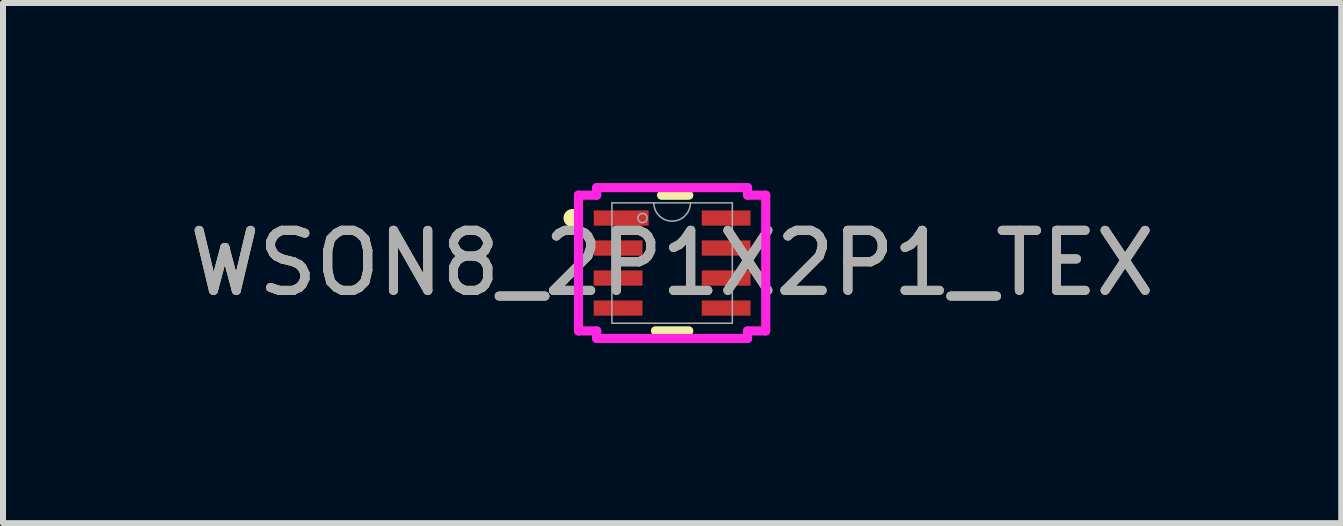
<source format=kicad_pcb>
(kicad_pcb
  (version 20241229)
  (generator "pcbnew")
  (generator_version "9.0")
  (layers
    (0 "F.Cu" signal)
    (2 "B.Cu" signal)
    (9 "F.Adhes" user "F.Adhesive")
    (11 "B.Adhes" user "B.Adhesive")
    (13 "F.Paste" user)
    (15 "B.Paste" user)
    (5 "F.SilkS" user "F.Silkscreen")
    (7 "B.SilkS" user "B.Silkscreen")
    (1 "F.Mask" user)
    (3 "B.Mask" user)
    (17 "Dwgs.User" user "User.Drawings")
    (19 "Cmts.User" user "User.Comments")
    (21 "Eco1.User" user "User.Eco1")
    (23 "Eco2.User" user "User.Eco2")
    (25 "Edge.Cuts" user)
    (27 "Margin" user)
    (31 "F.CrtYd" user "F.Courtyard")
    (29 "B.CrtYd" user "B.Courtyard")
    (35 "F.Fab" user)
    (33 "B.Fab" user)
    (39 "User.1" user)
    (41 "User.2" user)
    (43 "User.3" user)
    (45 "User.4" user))
  (footprint "WSON8_2P1X2P1_TEX"
    (layer "F.Cu")
    (at 8.149 1.333)
    (property "Reference" "WSON8_2P1X2P1_TEX" (at 0 0 0) (unlocked yes) (layer "F.SilkS") (effects (font (size 1 1) (thickness 0.15))))
    (attr smd)
    (fp_line (start -0.278 1.13) (end 0.278 1.13) (stroke (width 0.152) (type solid)) (layer "F.SilkS"))
    (fp_line (start 0.278 -1.13) (end -0.176 -1.13) (stroke (width 0.152) (type solid)) (layer "F.SilkS"))
    (fp_arc (start -1.639141 -0.676171) (mid -1.7342 -0.75) (end -1.639141 -0.823829) (stroke (width 0.1524) (type solid)) (layer "F.SilkS"))
    (fp_line (start -1.56 -1.131) (end -1.257 -1.131) (stroke (width 0.152) (type solid)) (layer "F.CrtYd"))
    (fp_line (start -1.56 1.131) (end -1.56 -1.131) (stroke (width 0.152) (type solid)) (layer "F.CrtYd"))
    (fp_line (start -1.56 1.131) (end -1.257 1.131) (stroke (width 0.152) (type solid)) (layer "F.CrtYd"))
    (fp_line (start -1.257 -1.257) (end 1.257 -1.257) (stroke (width 0.152) (type solid)) (layer "F.CrtYd"))
    (fp_line (start -1.257 -1.131) (end -1.257 -1.257) (stroke (width 0.152) (type solid)) (layer "F.CrtYd"))
    (fp_line (start -1.257 1.257) (end -1.257 1.131) (stroke (width 0.152) (type solid)) (layer "F.CrtYd"))
    (fp_line (start 1.257 -1.257) (end 1.257 -1.131) (stroke (width 0.152) (type solid)) (layer "F.CrtYd"))
    (fp_line (start 1.257 1.131) (end 1.257 1.257) (stroke (width 0.152) (type solid)) (layer "F.CrtYd"))
    (fp_line (start 1.257 1.257) (end -1.257 1.257) (stroke (width 0.152) (type solid)) (layer "F.CrtYd"))
    (fp_line (start 1.56 -1.131) (end 1.257 -1.131) (stroke (width 0.152) (type solid)) (layer "F.CrtYd"))
    (fp_line (start 1.56 -1.131) (end 1.56 1.131) (stroke (width 0.152) (type solid)) (layer "F.CrtYd"))
    (fp_line (start 1.56 1.131) (end 1.257 1.131) (stroke (width 0.152) (type solid)) (layer "F.CrtYd"))
    (fp_line (start -1.003 -1.003) (end -1.003 1.003) (stroke (width 0.025) (type solid)) (layer "F.Fab"))
    (fp_line (start -1.003 1.003) (end 1.003 1.003) (stroke (width 0.025) (type solid)) (layer "F.Fab"))
    (fp_line (start 1.003 -1.003) (end -1.003 -1.003) (stroke (width 0.025) (type solid)) (layer "F.Fab"))
    (fp_line (start 1.003 1.003) (end 1.003 -1.003) (stroke (width 0.025) (type solid)) (layer "F.Fab"))
    (fp_arc (start 0.3048 -1.0033) (mid 0 -0.6985) (end -0.3048 -1.0033) (stroke (width 0.0254) (type solid)) (layer "F.Fab"))
    (fp_circle (center -0.494 -0.75) (end -0.417 -0.75) (stroke (width 0.025) (type solid)) (fill no) (layer "F.Fab"))
    (fp_text user "${REFERENCE}" (at 0 0 0) (unlocked yes) (layer "F.Fab") (effects (font (size 1 1) (thickness 0.15))))
    (pad "1" smd rect (at -0.849 -0.75) (size 0.914 0.254) (layers "F.Cu" "F.Mask" "F.Paste"))
    (pad "2" smd rect (at -0.9 -0.25) (size 0.813 0.254) (layers "F.Cu" "F.Mask" "F.Paste"))
    (pad "3" smd rect (at -0.9 0.25) (size 0.813 0.254) (layers "F.Cu" "F.Mask" "F.Paste"))
    (pad "4" smd rect (at -0.9 0.75) (size 0.813 0.254) (layers "F.Cu" "F.Mask" "F.Paste"))
    (pad "5" smd rect (at 0.9 0.75) (size 0.813 0.254) (layers "F.Cu" "F.Mask" "F.Paste"))
    (pad "6" smd rect (at 0.9 0.25) (size 0.813 0.254) (layers "F.Cu" "F.Mask" "F.Paste"))
    (pad "7" smd rect (at 0.9 -0.25) (size 0.813 0.254) (layers "F.Cu" "F.Mask" "F.Paste"))
    (pad "8" smd rect (at 0.9 -0.75) (size 0.813 0.254) (layers "F.Cu" "F.Mask" "F.Paste")))
  (gr_rect
    (start -3 -3)
    (end 19.298 5.667)
    (stroke (width 0.1) (type default))
    (fill no)
    (layer "Edge.Cuts")))
</source>
